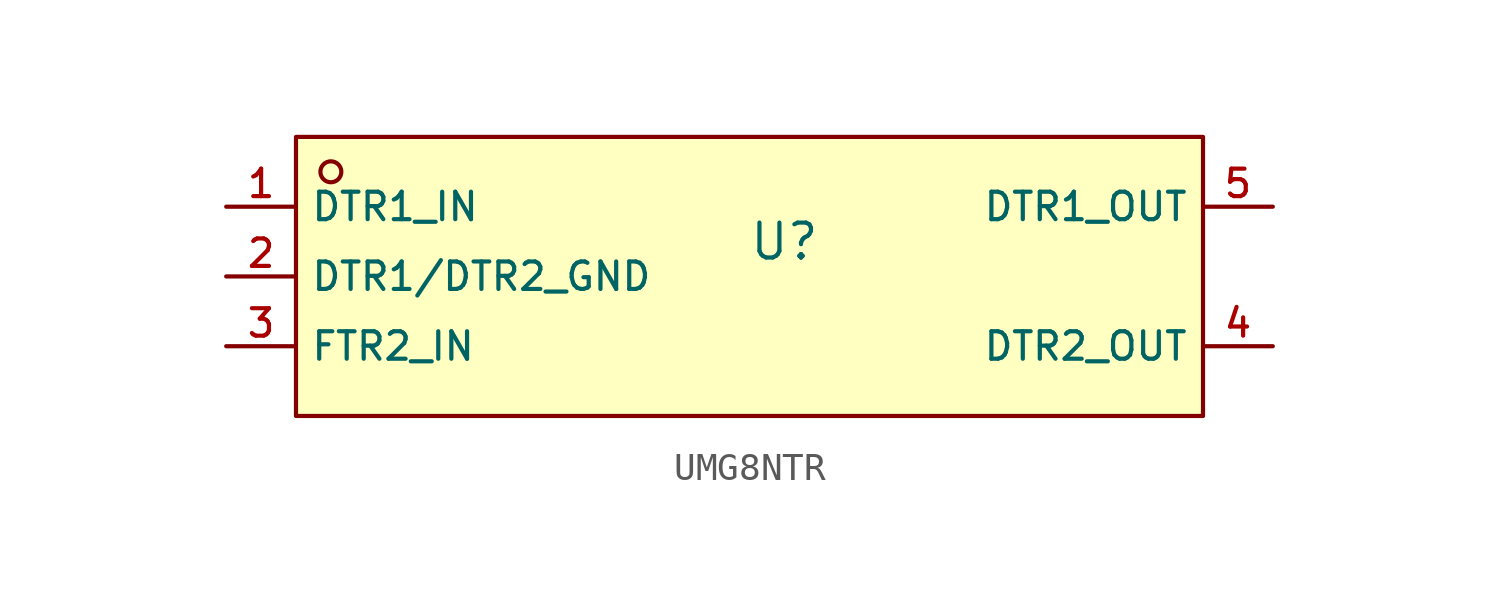
<source format=kicad_sym>
(kicad_symbol_lib
  (version 20210201)
  (generator TousstNicolas/JLC2KiCad_lib)
  (symbol "UMG8NTR"
    (property "Reference" "U"
      (at 0 1.27 0)
      (effects (font (size 1.27 1.27))))
    (symbol "UMG8NTR_0_1"
      (rectangle (start -17.78 5.08) (end 15.24 -5.08) (stroke (width 0) (type default) (color 0 0 0 0)) (fill (type background)))
      (circle (center -16.51 3.81) (radius 0.381) (stroke (width 0) (type default) (color 0 0 0 0)) (fill (type background)))
      (pin unspecified line (at -20.32 2.54 0) (length 2.54) (name "DTR1_IN" (effects (font (size 1 1)))) (number "1" (effects (font (size 1 1)))))
      (pin unspecified line (at -20.32 -0.0 0) (length 2.54) (name "DTR1/DTR2_GND" (effects (font (size 1 1)))) (number "2" (effects (font (size 1 1)))))
      (pin unspecified line (at -20.32 -2.54 0) (length 2.54) (name "FTR2_IN" (effects (font (size 1 1)))) (number "3" (effects (font (size 1 1)))))
      (pin unspecified line (at 17.78 -2.54 180) (length 2.54) (name "DTR2_OUT" (effects (font (size 1 1)))) (number "4" (effects (font (size 1 1)))))
      (pin unspecified line (at 17.78 2.54 180) (length 2.54) (name "DTR1_OUT" (effects (font (size 1 1)))) (number "5" (effects (font (size 1 1))))))))
</source>
